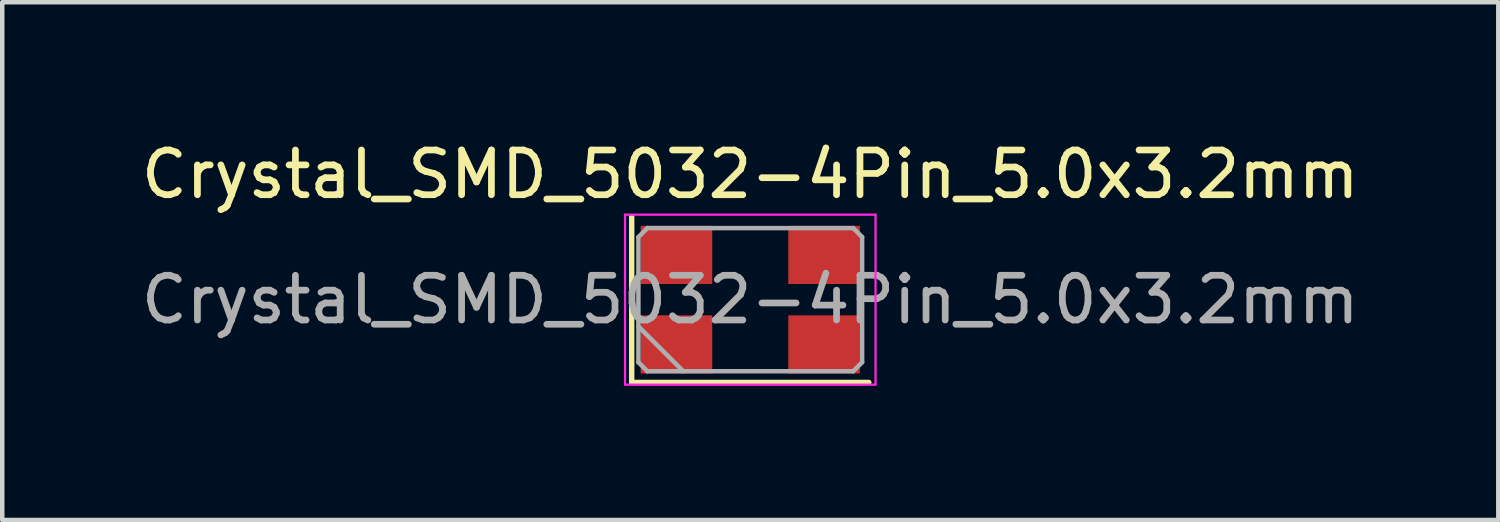
<source format=kicad_pcb>
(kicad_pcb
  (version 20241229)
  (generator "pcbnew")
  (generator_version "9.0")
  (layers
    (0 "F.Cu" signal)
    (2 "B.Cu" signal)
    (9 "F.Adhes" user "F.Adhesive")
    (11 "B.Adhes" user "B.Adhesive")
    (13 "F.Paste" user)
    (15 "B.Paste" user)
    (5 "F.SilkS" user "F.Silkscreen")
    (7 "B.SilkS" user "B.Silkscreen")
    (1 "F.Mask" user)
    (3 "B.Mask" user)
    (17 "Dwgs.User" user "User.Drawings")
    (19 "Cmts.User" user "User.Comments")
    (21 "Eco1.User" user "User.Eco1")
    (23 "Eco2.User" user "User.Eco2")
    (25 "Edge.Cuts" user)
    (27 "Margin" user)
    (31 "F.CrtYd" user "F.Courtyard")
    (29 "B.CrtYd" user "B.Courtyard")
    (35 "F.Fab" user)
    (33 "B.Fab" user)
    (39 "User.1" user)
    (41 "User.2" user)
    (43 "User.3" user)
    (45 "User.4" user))
  (footprint "Crystal_SMD_5032-4Pin_5.0x3.2mm"
    (layer "F.Cu")
    (at 13.72 3.648)
    (property "Reference" "Crystal_SMD_5032-4Pin_5.0x3.2mm" (at 0 -2.8 180) (layer "F.SilkS") (effects (font (size 1 1) (thickness 0.15))))
    (attr smd)
    (fp_line (start -2.65 -1.85) (end -2.65 1.85) (stroke (width 0.12) (type solid)) (layer "F.SilkS"))
    (fp_line (start -2.65 1.85) (end 2.65 1.85) (stroke (width 0.12) (type solid)) (layer "F.SilkS"))
    (fp_line (start -2.8 -1.9) (end -2.8 1.9) (stroke (width 0.05) (type solid)) (layer "F.CrtYd"))
    (fp_line (start -2.8 1.9) (end 2.8 1.9) (stroke (width 0.05) (type solid)) (layer "F.CrtYd"))
    (fp_line (start 2.8 -1.9) (end -2.8 -1.9) (stroke (width 0.05) (type solid)) (layer "F.CrtYd"))
    (fp_line (start 2.8 1.9) (end 2.8 -1.9) (stroke (width 0.05) (type solid)) (layer "F.CrtYd"))
    (fp_line (start -2.5 -1.4) (end -2.3 -1.6) (stroke (width 0.1) (type solid)) (layer "F.Fab"))
    (fp_line (start -2.5 0.6) (end -1.5 1.6) (stroke (width 0.1) (type solid)) (layer "F.Fab"))
    (fp_line (start -2.5 1.4) (end -2.5 -1.4) (stroke (width 0.1) (type solid)) (layer "F.Fab"))
    (fp_line (start -2.3 -1.6) (end 2.3 -1.6) (stroke (width 0.1) (type solid)) (layer "F.Fab"))
    (fp_line (start -2.3 1.6) (end -2.5 1.4) (stroke (width 0.1) (type solid)) (layer "F.Fab"))
    (fp_line (start 2.3 -1.6) (end 2.5 -1.4) (stroke (width 0.1) (type solid)) (layer "F.Fab"))
    (fp_line (start 2.3 1.6) (end -2.3 1.6) (stroke (width 0.1) (type solid)) (layer "F.Fab"))
    (fp_line (start 2.5 -1.4) (end 2.5 1.4) (stroke (width 0.1) (type solid)) (layer "F.Fab"))
    (fp_line (start 2.5 1.4) (end 2.3 1.6) (stroke (width 0.1) (type solid)) (layer "F.Fab"))
    (fp_text user "${REFERENCE}" (at 0 0 180) (layer "F.Fab") (effects (font (size 1 1) (thickness 0.15))))
    (pad "" smd rect (at -1.65 -1) (size 1.6 1.3) (layers "F.Cu" "F.Mask" "F.Paste"))
    (pad "" smd rect (at 1.65 1) (size 1.6 1.3) (layers "F.Cu" "F.Mask" "F.Paste"))
    (pad "1" smd rect (at -1.65 1) (size 1.6 1.3) (layers "F.Cu" "F.Mask" "F.Paste"))
    (pad "2" smd rect (at 1.65 -1) (size 1.6 1.3) (layers "F.Cu" "F.Mask" "F.Paste")))
  (gr_rect
    (start -3 -3)
    (end 30.44 8.573)
    (stroke (width 0.1) (type default))
    (fill no)
    (layer "Edge.Cuts")))
</source>
